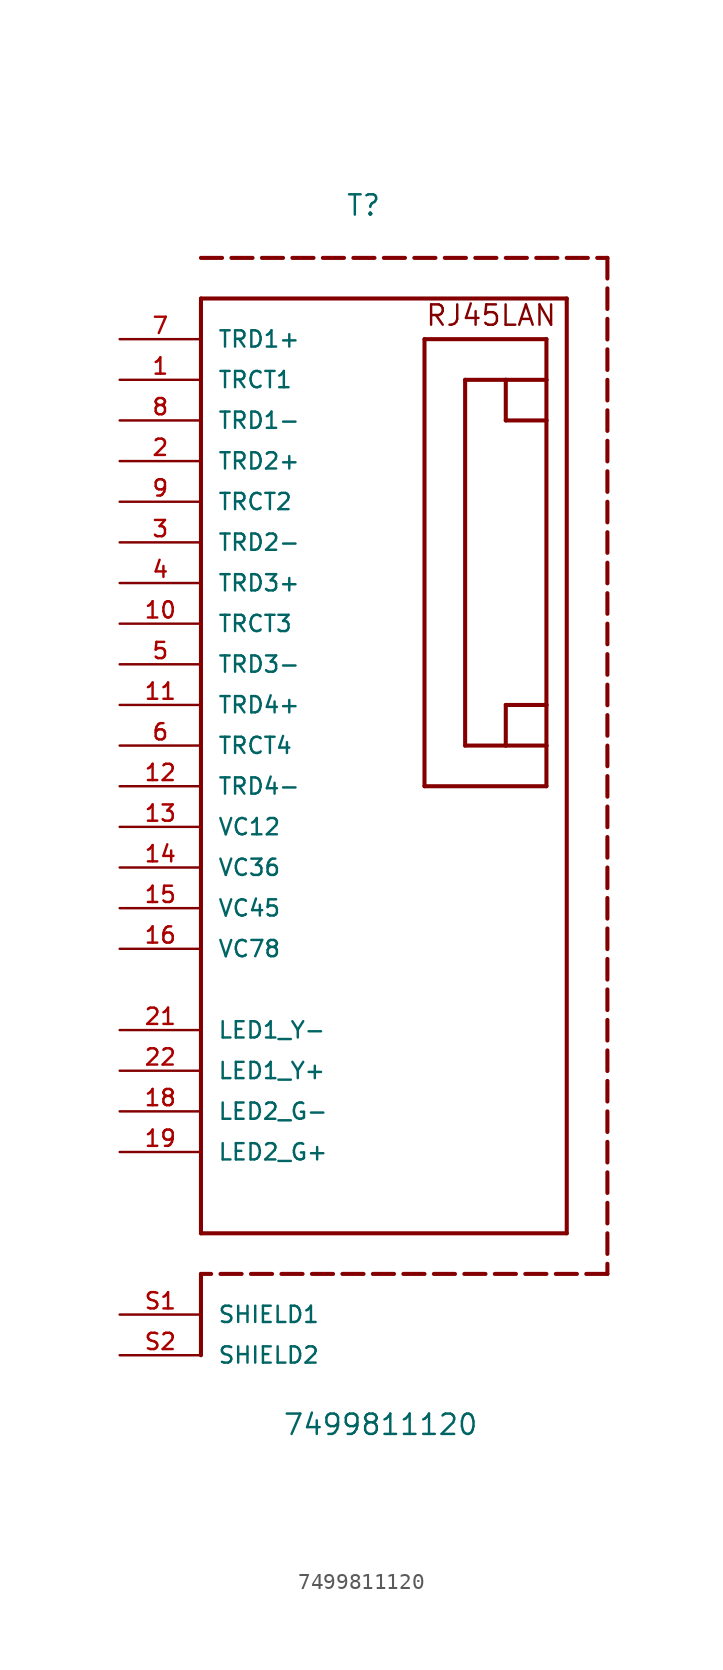
<source format=kicad_sym>
(kicad_symbol_lib
  (version 20231120)
  (generator "kicad_symbol_editor")
  (generator_version "8.0")
  (symbol "7499811120"
    (pin_names
      (offset 1.016))
    (property "Reference" "T"
      (at -2.54 33.02 0)
      (effects (font (size 1.27 1.27)) (justify bottom)))
    (property "Value" "7499811120"
      (at -7.62 -43.18 0)
      (effects (font (size 1.27 1.27)) (justify left bottom)))
    (symbol "7499811120_0_0"
      (polyline (pts (xy -12.7 -36.83) (xy -12.7 -38.1)) (stroke (width 0.254) (type default)) (fill (type none)))
      (polyline (pts (xy -12.7 -34.925) (xy -12.7 -36.83)) (stroke (width 0.254) (type default)) (fill (type none)))
      (polyline (pts (xy -12.7 -33.02) (xy -12.7 -34.925)) (stroke (width 0.254) (type default)) (fill (type none)))
      (polyline (pts (xy -12.7 -30.48) (xy -12.7 27.94)) (stroke (width 0.254) (type default)) (fill (type none)))
      (polyline (pts (xy -12.7 27.94) (xy 10.16 27.94)) (stroke (width 0.254) (type default)) (fill (type none)))
      (polyline (pts (xy -12.7 30.48) (xy -11.381 30.48)) (stroke (width 0.254) (type default)) (fill (type none)))
      (polyline (pts (xy -12.065 -33.02) (xy -12.7 -33.02)) (stroke (width 0.254) (type default)) (fill (type none)))
      (polyline (pts (xy -10.795 30.48) (xy -9.476 30.48)) (stroke (width 0.254) (type default)) (fill (type none)))
      (polyline (pts (xy -10.16 -33.02) (xy -11.479 -33.02)) (stroke (width 0.254) (type default)) (fill (type none)))
      (polyline (pts (xy -8.89 30.48) (xy -7.571 30.48)) (stroke (width 0.254) (type default)) (fill (type none)))
      (polyline (pts (xy -8.255 -33.02) (xy -9.574 -33.02)) (stroke (width 0.254) (type default)) (fill (type none)))
      (polyline (pts (xy -6.985 30.48) (xy -5.666 30.48)) (stroke (width 0.254) (type default)) (fill (type none)))
      (polyline (pts (xy -6.35 -33.02) (xy -7.669 -33.02)) (stroke (width 0.254) (type default)) (fill (type none)))
      (polyline (pts (xy -5.08 30.48) (xy -3.761 30.48)) (stroke (width 0.254) (type default)) (fill (type none)))
      (polyline (pts (xy -4.445 -33.02) (xy -5.764 -33.02)) (stroke (width 0.254) (type default)) (fill (type none)))
      (polyline (pts (xy -3.175 30.48) (xy -1.856 30.48)) (stroke (width 0.254) (type default)) (fill (type none)))
      (polyline (pts (xy -2.54 -33.02) (xy -3.859 -33.02)) (stroke (width 0.254) (type default)) (fill (type none)))
      (polyline (pts (xy -1.27 30.48) (xy 0.049 30.48)) (stroke (width 0.254) (type default)) (fill (type none)))
      (polyline (pts (xy -0.635 -33.02) (xy -1.954 -33.02)) (stroke (width 0.254) (type default)) (fill (type none)))
      (polyline (pts (xy 0.635 30.48) (xy 1.954 30.48)) (stroke (width 0.254) (type default)) (fill (type none)))
      (polyline (pts (xy 1.27 -33.02) (xy -0.049 -33.02)) (stroke (width 0.254) (type default)) (fill (type none)))
      (polyline (pts (xy 1.27 -2.54) (xy 1.27 25.4)) (stroke (width 0.254) (type default)) (fill (type none)))
      (polyline (pts (xy 1.27 25.4) (xy 8.89 25.4)) (stroke (width 0.254) (type default)) (fill (type none)))
      (polyline (pts (xy 2.54 30.48) (xy 3.859 30.48)) (stroke (width 0.254) (type default)) (fill (type none)))
      (polyline (pts (xy 3.175 -33.02) (xy 1.856 -33.02)) (stroke (width 0.254) (type default)) (fill (type none)))
      (polyline (pts (xy 3.81 0) (xy 6.35 0)) (stroke (width 0.254) (type default)) (fill (type none)))
      (polyline (pts (xy 3.81 22.86) (xy 3.81 0)) (stroke (width 0.254) (type default)) (fill (type none)))
      (polyline (pts (xy 4.445 30.48) (xy 5.764 30.48)) (stroke (width 0.254) (type default)) (fill (type none)))
      (polyline (pts (xy 5.08 -33.02) (xy 3.761 -33.02)) (stroke (width 0.254) (type default)) (fill (type none)))
      (polyline (pts (xy 6.35 0) (xy 6.35 2.54)) (stroke (width 0.254) (type default)) (fill (type none)))
      (polyline (pts (xy 6.35 0) (xy 8.89 0)) (stroke (width 0.254) (type default)) (fill (type none)))
      (polyline (pts (xy 6.35 2.54) (xy 8.89 2.54)) (stroke (width 0.254) (type default)) (fill (type none)))
      (polyline (pts (xy 6.35 20.32) (xy 8.89 20.32)) (stroke (width 0.254) (type default)) (fill (type none)))
      (polyline (pts (xy 6.35 22.86) (xy 3.81 22.86)) (stroke (width 0.254) (type default)) (fill (type none)))
      (polyline (pts (xy 6.35 22.86) (xy 6.35 20.32)) (stroke (width 0.254) (type default)) (fill (type none)))
      (polyline (pts (xy 6.35 30.48) (xy 7.669 30.48)) (stroke (width 0.254) (type default)) (fill (type none)))
      (polyline (pts (xy 6.985 -33.02) (xy 5.666 -33.02)) (stroke (width 0.254) (type default)) (fill (type none)))
      (polyline (pts (xy 8.255 30.48) (xy 9.574 30.48)) (stroke (width 0.254) (type default)) (fill (type none)))
      (polyline (pts (xy 8.89 -33.02) (xy 7.571 -33.02)) (stroke (width 0.254) (type default)) (fill (type none)))
      (polyline (pts (xy 8.89 -2.54) (xy 1.27 -2.54)) (stroke (width 0.254) (type default)) (fill (type none)))
      (polyline (pts (xy 8.89 0) (xy 8.89 -2.54)) (stroke (width 0.254) (type default)) (fill (type none)))
      (polyline (pts (xy 8.89 2.54) (xy 8.89 0)) (stroke (width 0.254) (type default)) (fill (type none)))
      (polyline (pts (xy 8.89 20.32) (xy 8.89 2.54)) (stroke (width 0.254) (type default)) (fill (type none)))
      (polyline (pts (xy 8.89 22.86) (xy 6.35 22.86)) (stroke (width 0.254) (type default)) (fill (type none)))
      (polyline (pts (xy 8.89 22.86) (xy 8.89 20.32)) (stroke (width 0.254) (type default)) (fill (type none)))
      (polyline (pts (xy 8.89 25.4) (xy 8.89 22.86)) (stroke (width 0.254) (type default)) (fill (type none)))
      (polyline (pts (xy 10.16 -30.48) (xy -12.7 -30.48)) (stroke (width 0.254) (type default)) (fill (type none)))
      (polyline (pts (xy 10.16 27.94) (xy 10.16 -30.48)) (stroke (width 0.254) (type default)) (fill (type none)))
      (polyline (pts (xy 10.16 30.48) (xy 11.479 30.48)) (stroke (width 0.254) (type default)) (fill (type none)))
      (polyline (pts (xy 10.795 -33.02) (xy 9.476 -33.02)) (stroke (width 0.254) (type default)) (fill (type none)))
      (polyline (pts (xy 12.065 30.48) (xy 12.7 30.48)) (stroke (width 0.254) (type default)) (fill (type none)))
      (polyline (pts (xy 12.7 -33.02) (xy 11.381 -33.02)) (stroke (width 0.254) (type default)) (fill (type none)))
      (polyline (pts (xy 12.7 -32.385) (xy 12.7 -33.02)) (stroke (width 0.254) (type default)) (fill (type none)))
      (polyline (pts (xy 12.7 -30.48) (xy 12.7 -31.769)) (stroke (width 0.254) (type default)) (fill (type none)))
      (polyline (pts (xy 12.7 -28.575) (xy 12.7 -29.864)) (stroke (width 0.254) (type default)) (fill (type none)))
      (polyline (pts (xy 12.7 -26.67) (xy 12.7 -27.959)) (stroke (width 0.254) (type default)) (fill (type none)))
      (polyline (pts (xy 12.7 -24.765) (xy 12.7 -26.054)) (stroke (width 0.254) (type default)) (fill (type none)))
      (polyline (pts (xy 12.7 -22.86) (xy 12.7 -24.149)) (stroke (width 0.254) (type default)) (fill (type none)))
      (polyline (pts (xy 12.7 -20.955) (xy 12.7 -22.244)) (stroke (width 0.254) (type default)) (fill (type none)))
      (polyline (pts (xy 12.7 -19.05) (xy 12.7 -20.339)) (stroke (width 0.254) (type default)) (fill (type none)))
      (polyline (pts (xy 12.7 -17.145) (xy 12.7 -18.434)) (stroke (width 0.254) (type default)) (fill (type none)))
      (polyline (pts (xy 12.7 -15.24) (xy 12.7 -16.529)) (stroke (width 0.254) (type default)) (fill (type none)))
      (polyline (pts (xy 12.7 -13.335) (xy 12.7 -14.624)) (stroke (width 0.254) (type default)) (fill (type none)))
      (polyline (pts (xy 12.7 -11.43) (xy 12.7 -12.719)) (stroke (width 0.254) (type default)) (fill (type none)))
      (polyline (pts (xy 12.7 -9.525) (xy 12.7 -10.814)) (stroke (width 0.254) (type default)) (fill (type none)))
      (polyline (pts (xy 12.7 -7.62) (xy 12.7 -8.909)) (stroke (width 0.254) (type default)) (fill (type none)))
      (polyline (pts (xy 12.7 -5.715) (xy 12.7 -7.004)) (stroke (width 0.254) (type default)) (fill (type none)))
      (polyline (pts (xy 12.7 -3.81) (xy 12.7 -5.099)) (stroke (width 0.254) (type default)) (fill (type none)))
      (polyline (pts (xy 12.7 -1.905) (xy 12.7 -3.194)) (stroke (width 0.254) (type default)) (fill (type none)))
      (polyline (pts (xy 12.7 0) (xy 12.7 -1.289)) (stroke (width 0.254) (type default)) (fill (type none)))
      (polyline (pts (xy 12.7 1.905) (xy 12.7 0.616)) (stroke (width 0.254) (type default)) (fill (type none)))
      (polyline (pts (xy 12.7 3.81) (xy 12.7 2.521)) (stroke (width 0.254) (type default)) (fill (type none)))
      (polyline (pts (xy 12.7 5.715) (xy 12.7 4.426)) (stroke (width 0.254) (type default)) (fill (type none)))
      (polyline (pts (xy 12.7 7.62) (xy 12.7 6.331)) (stroke (width 0.254) (type default)) (fill (type none)))
      (polyline (pts (xy 12.7 9.525) (xy 12.7 8.236)) (stroke (width 0.254) (type default)) (fill (type none)))
      (polyline (pts (xy 12.7 11.43) (xy 12.7 10.141)) (stroke (width 0.254) (type default)) (fill (type none)))
      (polyline (pts (xy 12.7 13.335) (xy 12.7 12.046)) (stroke (width 0.254) (type default)) (fill (type none)))
      (polyline (pts (xy 12.7 15.24) (xy 12.7 13.951)) (stroke (width 0.254) (type default)) (fill (type none)))
      (polyline (pts (xy 12.7 17.145) (xy 12.7 15.856)) (stroke (width 0.254) (type default)) (fill (type none)))
      (polyline (pts (xy 12.7 19.05) (xy 12.7 17.761)) (stroke (width 0.254) (type default)) (fill (type none)))
      (polyline (pts (xy 12.7 20.955) (xy 12.7 19.666)) (stroke (width 0.254) (type default)) (fill (type none)))
      (polyline (pts (xy 12.7 22.86) (xy 12.7 21.571)) (stroke (width 0.254) (type default)) (fill (type none)))
      (polyline (pts (xy 12.7 24.765) (xy 12.7 23.476)) (stroke (width 0.254) (type default)) (fill (type none)))
      (polyline (pts (xy 12.7 26.67) (xy 12.7 25.381)) (stroke (width 0.254) (type default)) (fill (type none)))
      (polyline (pts (xy 12.7 28.575) (xy 12.7 27.286)) (stroke (width 0.254) (type default)) (fill (type none)))
      (polyline (pts (xy 12.7 30.48) (xy 12.7 29.191)) (stroke (width 0.254) (type default)) (fill (type none)))
      (text "RJ45LAN" (at 1.28 26.14 0) (effects (font (size 1.27 1.27)) (justify left bottom)))
      (pin bidirectional line (at -17.78 22.86 0) (length 5.08) (name "TRCT1" (effects (font (size 1.016 1.016)))) (number "1" (effects (font (size 1.016 1.016)))))
      (pin bidirectional line (at -17.78 7.62 0) (length 5.08) (name "TRCT3" (effects (font (size 1.016 1.016)))) (number "10" (effects (font (size 1.016 1.016)))))
      (pin bidirectional line (at -17.78 2.54 0) (length 5.08) (name "TRD4+" (effects (font (size 1.016 1.016)))) (number "11" (effects (font (size 1.016 1.016)))))
      (pin bidirectional line (at -17.78 -2.54 0) (length 5.08) (name "TRD4-" (effects (font (size 1.016 1.016)))) (number "12" (effects (font (size 1.016 1.016)))))
      (pin bidirectional line (at -17.78 -5.08 0) (length 5.08) (name "VC12" (effects (font (size 1.016 1.016)))) (number "13" (effects (font (size 1.016 1.016)))))
      (pin bidirectional line (at -17.78 -7.62 0) (length 5.08) (name "VC36" (effects (font (size 1.016 1.016)))) (number "14" (effects (font (size 1.016 1.016)))))
      (pin bidirectional line (at -17.78 -10.16 0) (length 5.08) (name "VC45" (effects (font (size 1.016 1.016)))) (number "15" (effects (font (size 1.016 1.016)))))
      (pin bidirectional line (at -17.78 -12.7 0) (length 5.08) (name "VC78" (effects (font (size 1.016 1.016)))) (number "16" (effects (font (size 1.016 1.016)))))
      (pin bidirectional line (at -17.78 -22.86 0) (length 5.08) (name "LED2_G-" (effects (font (size 1.016 1.016)))) (number "18" (effects (font (size 1.016 1.016)))))
      (pin bidirectional line (at -17.78 -25.4 0) (length 5.08) (name "LED2_G+" (effects (font (size 1.016 1.016)))) (number "19" (effects (font (size 1.016 1.016)))))
      (pin bidirectional line (at -17.78 17.78 0) (length 5.08) (name "TRD2+" (effects (font (size 1.016 1.016)))) (number "2" (effects (font (size 1.016 1.016)))))
      (pin bidirectional line (at -17.78 -17.78 0) (length 5.08) (name "LED1_Y-" (effects (font (size 1.016 1.016)))) (number "21" (effects (font (size 1.016 1.016)))))
      (pin bidirectional line (at -17.78 -20.32 0) (length 5.08) (name "LED1_Y+" (effects (font (size 1.016 1.016)))) (number "22" (effects (font (size 1.016 1.016)))))
      (pin bidirectional line (at -17.78 12.7 0) (length 5.08) (name "TRD2-" (effects (font (size 1.016 1.016)))) (number "3" (effects (font (size 1.016 1.016)))))
      (pin bidirectional line (at -17.78 10.16 0) (length 5.08) (name "TRD3+" (effects (font (size 1.016 1.016)))) (number "4" (effects (font (size 1.016 1.016)))))
      (pin bidirectional line (at -17.78 5.08 0) (length 5.08) (name "TRD3-" (effects (font (size 1.016 1.016)))) (number "5" (effects (font (size 1.016 1.016)))))
      (pin bidirectional line (at -17.78 0 0) (length 5.08) (name "TRCT4" (effects (font (size 1.016 1.016)))) (number "6" (effects (font (size 1.016 1.016)))))
      (pin bidirectional line (at -17.78 25.4 0) (length 5.08) (name "TRD1+" (effects (font (size 1.016 1.016)))) (number "7" (effects (font (size 1.016 1.016)))))
      (pin bidirectional line (at -17.78 20.32 0) (length 5.08) (name "TRD1-" (effects (font (size 1.016 1.016)))) (number "8" (effects (font (size 1.016 1.016)))))
      (pin bidirectional line (at -17.78 15.24 0) (length 5.08) (name "TRCT2" (effects (font (size 1.016 1.016)))) (number "9" (effects (font (size 1.016 1.016)))))
      (pin power_in line (at -17.78 -35.56 0) (length 5.08) (name "SHIELD1" (effects (font (size 1.016 1.016)))) (number "S1" (effects (font (size 1.016 1.016)))))
      (pin power_in line (at -17.78 -38.1 0) (length 5.08) (name "SHIELD2" (effects (font (size 1.016 1.016)))) (number "S2" (effects (font (size 1.016 1.016))))))))
</source>
